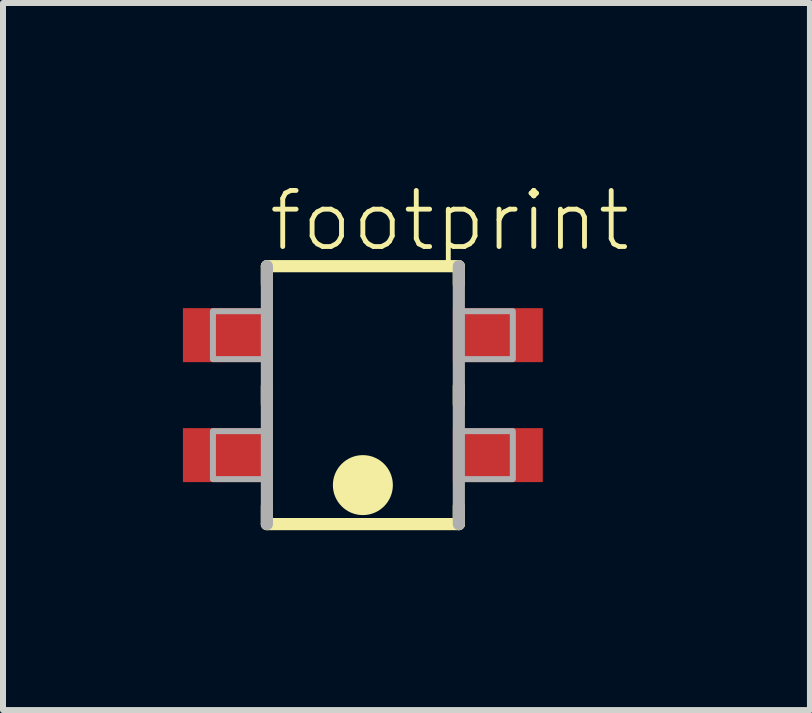
<source format=kicad_pcb>
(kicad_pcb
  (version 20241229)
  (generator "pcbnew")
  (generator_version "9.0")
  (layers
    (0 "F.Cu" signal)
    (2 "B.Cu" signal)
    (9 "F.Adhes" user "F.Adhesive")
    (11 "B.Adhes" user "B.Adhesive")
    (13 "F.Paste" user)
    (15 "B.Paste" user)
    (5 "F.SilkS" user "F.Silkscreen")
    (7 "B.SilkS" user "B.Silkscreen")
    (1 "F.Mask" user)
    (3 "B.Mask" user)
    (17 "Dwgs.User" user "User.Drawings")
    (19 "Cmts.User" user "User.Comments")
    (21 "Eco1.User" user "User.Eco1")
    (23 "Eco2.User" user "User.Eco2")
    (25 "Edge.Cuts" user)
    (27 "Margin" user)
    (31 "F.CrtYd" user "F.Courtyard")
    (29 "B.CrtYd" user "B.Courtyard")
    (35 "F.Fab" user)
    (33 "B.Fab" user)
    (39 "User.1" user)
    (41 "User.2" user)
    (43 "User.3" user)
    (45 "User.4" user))
  (footprint "footprint"
    (layer "F.Cu")
    (at 3 3.538)
    (property "Reference" "footprint" (at -1.612 -2.359 0) (layer "F.SilkS") (effects (font (size 0.935 0.935) (thickness 0.081)) (justify left bottom)))
    (fp_line (start -1.6 -2.15) (end 1.6 -2.15) (stroke (width 0.203) (type solid)) (layer "F.SilkS"))
    (fp_line (start -1.6 -1.85) (end -1.6 -2.15) (stroke (width 0.203) (type solid)) (layer "F.SilkS"))
    (fp_line (start -1.6 0.15) (end -1.6 -0.15) (stroke (width 0.203) (type solid)) (layer "F.SilkS"))
    (fp_line (start -1.6 2.15) (end -1.6 1.85) (stroke (width 0.203) (type solid)) (layer "F.SilkS"))
    (fp_line (start 1.6 -2.15) (end 1.6 -1.85) (stroke (width 0.203) (type solid)) (layer "F.SilkS"))
    (fp_line (start 1.6 -0.15) (end 1.6 0.15) (stroke (width 0.203) (type solid)) (layer "F.SilkS"))
    (fp_line (start 1.6 1.85) (end 1.6 2.15) (stroke (width 0.203) (type solid)) (layer "F.SilkS"))
    (fp_line (start 1.6 2.15) (end -1.6 2.15) (stroke (width 0.203) (type solid)) (layer "F.SilkS"))
    (fp_circle (center 0 1.5) (end 0.25 1.5) (stroke (width 0.5) (type solid)) (fill yes) (layer "F.SilkS"))
    (fp_line (start -1.6 2.15) (end -1.6 -2.15) (stroke (width 0.203) (type solid)) (layer "F.Fab"))
    (fp_line (start 1.6 -2.15) (end 1.6 2.15) (stroke (width 0.203) (type solid)) (layer "F.Fab"))
    (fp_poly (pts (xy -2.5 -0.6) (xy -1.6 -0.6) (xy -1.6 -1.4) (xy -2.5 -1.4)) (stroke (width 0.1) (type solid)) (fill no) (layer "F.Fab"))
    (fp_poly (pts (xy -2.5 1.4) (xy -1.6 1.4) (xy -1.6 0.6) (xy -2.5 0.6)) (stroke (width 0.1) (type solid)) (fill no) (layer "F.Fab"))
    (fp_poly (pts (xy 1.6 -0.6) (xy 2.5 -0.6) (xy 2.5 -1.4) (xy 1.6 -1.4)) (stroke (width 0.1) (type solid)) (fill no) (layer "F.Fab"))
    (fp_poly (pts (xy 1.6 1.4) (xy 2.5 1.4) (xy 2.5 0.6) (xy 1.6 0.6)) (stroke (width 0.1) (type solid)) (fill no) (layer "F.Fab"))
    (pad "A1" smd rect (at -2.25 -1) (size 1.5 0.9) (layers "F.Cu" "F.Mask" "F.Paste"))
    (pad "A2" smd rect (at 2.25 1) (size 1.5 0.9) (layers "F.Cu" "F.Mask" "F.Paste"))
    (pad "E1" smd rect (at -2.25 1) (size 1.5 0.9) (layers "F.Cu" "F.Mask" "F.Paste"))
    (pad "E2" smd rect (at 2.25 -1) (size 1.5 0.9) (layers "F.Cu" "F.Mask" "F.Paste")))
  (gr_rect
    (start -3 -3)
    (end 10.454 8.789)
    (stroke (width 0.1) (type default))
    (fill no)
    (layer "Edge.Cuts")))
</source>
